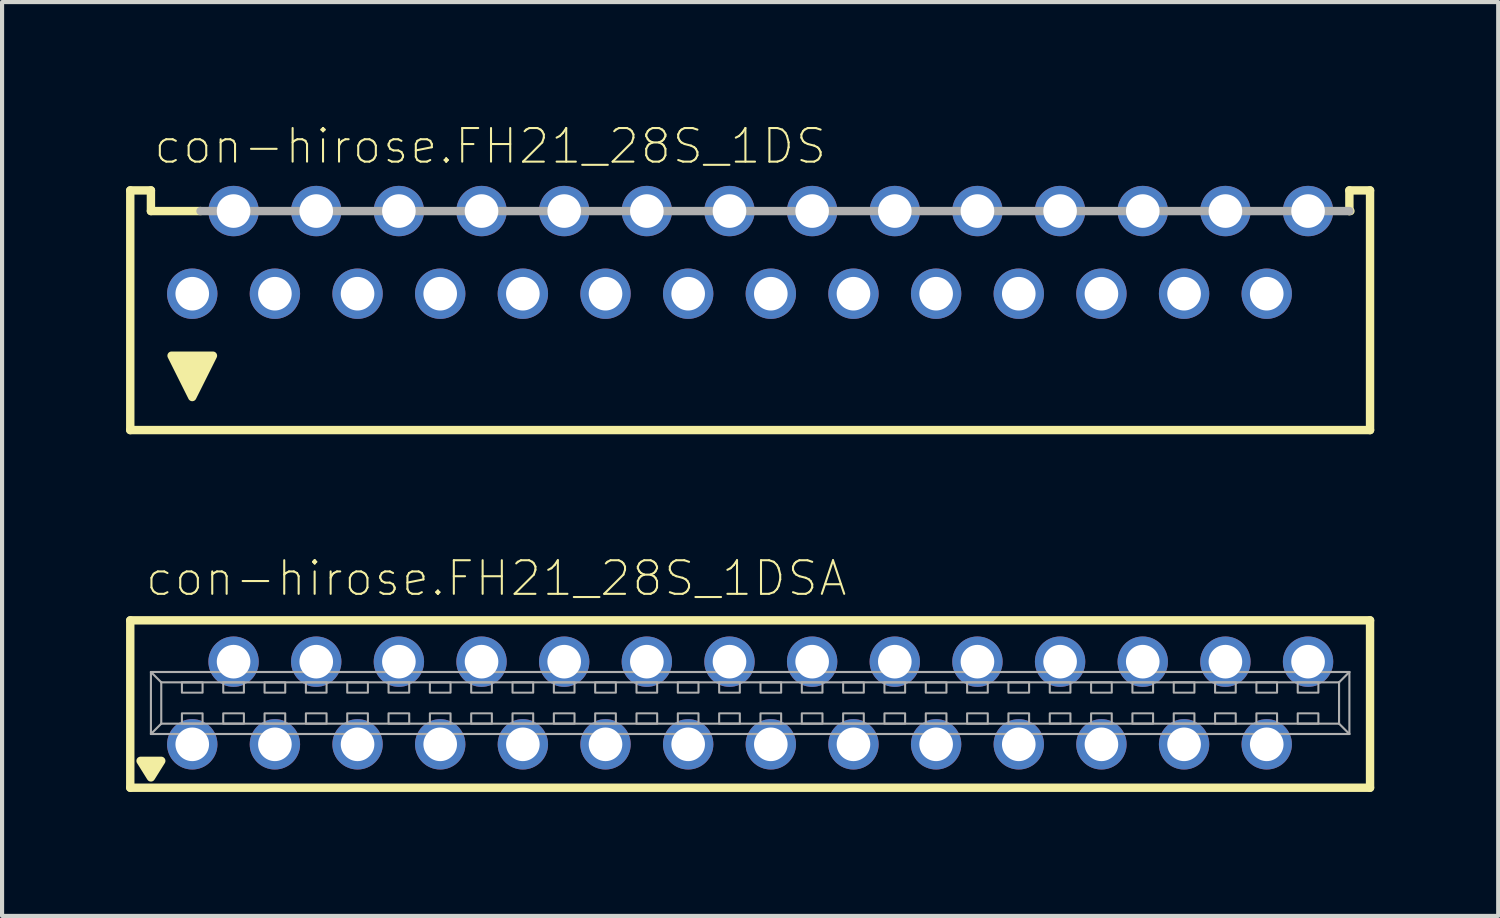
<source format=kicad_pcb>
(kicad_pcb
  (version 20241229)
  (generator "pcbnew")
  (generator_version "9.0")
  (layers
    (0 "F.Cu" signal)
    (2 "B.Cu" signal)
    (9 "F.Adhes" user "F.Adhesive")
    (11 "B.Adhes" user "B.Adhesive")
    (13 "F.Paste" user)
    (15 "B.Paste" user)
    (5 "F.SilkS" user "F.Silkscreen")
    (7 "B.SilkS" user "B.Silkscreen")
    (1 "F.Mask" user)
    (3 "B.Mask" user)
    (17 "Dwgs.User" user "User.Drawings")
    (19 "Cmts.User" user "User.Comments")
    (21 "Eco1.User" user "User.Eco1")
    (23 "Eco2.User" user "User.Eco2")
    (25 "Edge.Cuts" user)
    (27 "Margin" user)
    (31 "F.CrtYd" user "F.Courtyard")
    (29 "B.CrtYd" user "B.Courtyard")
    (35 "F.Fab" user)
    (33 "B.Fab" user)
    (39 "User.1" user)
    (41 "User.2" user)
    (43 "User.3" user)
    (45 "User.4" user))
  (footprint "con-hirose.FH21_28S_1DSA"
    (layer "F.Cu")
    (at 15.102 13.961)
    (property "Reference" "con-hirose.FH21_28S_1DSA" (at -14.675 -2.54 0) (layer "F.SilkS") (effects (font (size 0.813 0.813) (thickness 0.05)) (justify left bottom)))
    (attr through_hole)
    (fp_line (start -15 -2) (end -15 2.05) (stroke (width 0.203) (type default)) (layer "F.SilkS"))
    (fp_line (start -15 2.05) (end 15 2.05) (stroke (width 0.203) (type default)) (layer "F.SilkS"))
    (fp_line (start 15 -2) (end -15 -2) (stroke (width 0.203) (type default)) (layer "F.SilkS"))
    (fp_line (start 15 -2) (end 15 2.05) (stroke (width 0.203) (type default)) (layer "F.SilkS"))
    (fp_poly (pts (xy -14.5 1.8) (xy -14.75 1.4) (xy -14.25 1.4)) (stroke (width 0.203) (type default)) (fill yes) (layer "F.SilkS"))
    (fp_line (start -14.5 -0.75) (end 14.5 -0.75) (stroke (width 0.051) (type default)) (layer "F.Fab"))
    (fp_line (start -14.5 0.75) (end -14.5 -0.75) (stroke (width 0.051) (type default)) (layer "F.Fab"))
    (fp_line (start -14.25 -0.5) (end -14.5 -0.75) (stroke (width 0.051) (type default)) (layer "F.Fab"))
    (fp_line (start -14.25 -0.5) (end 14.25 -0.5) (stroke (width 0.051) (type default)) (layer "F.Fab"))
    (fp_line (start -14.25 0.5) (end -14.5 0.75) (stroke (width 0.051) (type default)) (layer "F.Fab"))
    (fp_line (start -14.25 0.5) (end -14.25 -0.5) (stroke (width 0.051) (type default)) (layer "F.Fab"))
    (fp_line (start 14.25 -0.5) (end 14.25 0.5) (stroke (width 0.051) (type default)) (layer "F.Fab"))
    (fp_line (start 14.25 -0.5) (end 14.5 -0.75) (stroke (width 0.051) (type default)) (layer "F.Fab"))
    (fp_line (start 14.25 0.5) (end -14.25 0.5) (stroke (width 0.051) (type default)) (layer "F.Fab"))
    (fp_line (start 14.25 0.5) (end 14.5 0.75) (stroke (width 0.051) (type default)) (layer "F.Fab"))
    (fp_line (start 14.5 -0.75) (end 14.5 0.75) (stroke (width 0.051) (type default)) (layer "F.Fab"))
    (fp_line (start 14.5 0.75) (end -14.5 0.75) (stroke (width 0.051) (type default)) (layer "F.Fab"))
    (fp_rect (start -13.75 -0.25) (end -13.25 -0.5) (stroke (width 0.05) (type default)) (fill no) (layer "F.Fab"))
    (fp_rect (start -13.75 0.5) (end -13.25 0.25) (stroke (width 0.05) (type default)) (fill no) (layer "F.Fab"))
    (fp_rect (start -12.75 -0.25) (end -12.25 -0.5) (stroke (width 0.05) (type default)) (fill no) (layer "F.Fab"))
    (fp_rect (start -12.75 0.5) (end -12.25 0.25) (stroke (width 0.05) (type default)) (fill no) (layer "F.Fab"))
    (fp_rect (start -11.75 -0.25) (end -11.25 -0.5) (stroke (width 0.05) (type default)) (fill no) (layer "F.Fab"))
    (fp_rect (start -11.75 0.5) (end -11.25 0.25) (stroke (width 0.05) (type default)) (fill no) (layer "F.Fab"))
    (fp_rect (start -10.75 -0.25) (end -10.25 -0.5) (stroke (width 0.05) (type default)) (fill no) (layer "F.Fab"))
    (fp_rect (start -10.75 0.5) (end -10.25 0.25) (stroke (width 0.05) (type default)) (fill no) (layer "F.Fab"))
    (fp_rect (start -9.75 -0.25) (end -9.25 -0.5) (stroke (width 0.05) (type default)) (fill no) (layer "F.Fab"))
    (fp_rect (start -9.75 0.5) (end -9.25 0.25) (stroke (width 0.05) (type default)) (fill no) (layer "F.Fab"))
    (fp_rect (start -8.75 -0.25) (end -8.25 -0.5) (stroke (width 0.05) (type default)) (fill no) (layer "F.Fab"))
    (fp_rect (start -8.75 0.5) (end -8.25 0.25) (stroke (width 0.05) (type default)) (fill no) (layer "F.Fab"))
    (fp_rect (start -7.75 -0.25) (end -7.25 -0.5) (stroke (width 0.05) (type default)) (fill no) (layer "F.Fab"))
    (fp_rect (start -7.75 0.5) (end -7.25 0.25) (stroke (width 0.05) (type default)) (fill no) (layer "F.Fab"))
    (fp_rect (start -6.75 -0.25) (end -6.25 -0.5) (stroke (width 0.05) (type default)) (fill no) (layer "F.Fab"))
    (fp_rect (start -6.75 0.5) (end -6.25 0.25) (stroke (width 0.05) (type default)) (fill no) (layer "F.Fab"))
    (fp_rect (start -5.75 -0.25) (end -5.25 -0.5) (stroke (width 0.05) (type default)) (fill no) (layer "F.Fab"))
    (fp_rect (start -5.75 0.5) (end -5.25 0.25) (stroke (width 0.05) (type default)) (fill no) (layer "F.Fab"))
    (fp_rect (start -4.75 -0.25) (end -4.25 -0.5) (stroke (width 0.05) (type default)) (fill no) (layer "F.Fab"))
    (fp_rect (start -4.75 0.5) (end -4.25 0.25) (stroke (width 0.05) (type default)) (fill no) (layer "F.Fab"))
    (fp_rect (start -3.75 -0.25) (end -3.25 -0.5) (stroke (width 0.05) (type default)) (fill no) (layer "F.Fab"))
    (fp_rect (start -3.75 0.5) (end -3.25 0.25) (stroke (width 0.05) (type default)) (fill no) (layer "F.Fab"))
    (fp_rect (start -2.75 -0.25) (end -2.25 -0.5) (stroke (width 0.05) (type default)) (fill no) (layer "F.Fab"))
    (fp_rect (start -2.75 0.5) (end -2.25 0.25) (stroke (width 0.05) (type default)) (fill no) (layer "F.Fab"))
    (fp_rect (start -1.75 -0.25) (end -1.25 -0.5) (stroke (width 0.05) (type default)) (fill no) (layer "F.Fab"))
    (fp_rect (start -1.75 0.5) (end -1.25 0.25) (stroke (width 0.05) (type default)) (fill no) (layer "F.Fab"))
    (fp_rect (start -0.75 -0.25) (end -0.25 -0.5) (stroke (width 0.05) (type default)) (fill no) (layer "F.Fab"))
    (fp_rect (start -0.75 0.5) (end -0.25 0.25) (stroke (width 0.05) (type default)) (fill no) (layer "F.Fab"))
    (fp_rect (start 0.25 -0.25) (end 0.75 -0.5) (stroke (width 0.05) (type default)) (fill no) (layer "F.Fab"))
    (fp_rect (start 0.25 0.5) (end 0.75 0.25) (stroke (width 0.05) (type default)) (fill no) (layer "F.Fab"))
    (fp_rect (start 1.25 -0.25) (end 1.75 -0.5) (stroke (width 0.05) (type default)) (fill no) (layer "F.Fab"))
    (fp_rect (start 1.25 0.5) (end 1.75 0.25) (stroke (width 0.05) (type default)) (fill no) (layer "F.Fab"))
    (fp_rect (start 2.25 -0.25) (end 2.75 -0.5) (stroke (width 0.05) (type default)) (fill no) (layer "F.Fab"))
    (fp_rect (start 2.25 0.5) (end 2.75 0.25) (stroke (width 0.05) (type default)) (fill no) (layer "F.Fab"))
    (fp_rect (start 3.25 -0.25) (end 3.75 -0.5) (stroke (width 0.05) (type default)) (fill no) (layer "F.Fab"))
    (fp_rect (start 3.25 0.5) (end 3.75 0.25) (stroke (width 0.05) (type default)) (fill no) (layer "F.Fab"))
    (fp_rect (start 4.25 -0.25) (end 4.75 -0.5) (stroke (width 0.05) (type default)) (fill no) (layer "F.Fab"))
    (fp_rect (start 4.25 0.5) (end 4.75 0.25) (stroke (width 0.05) (type default)) (fill no) (layer "F.Fab"))
    (fp_rect (start 5.25 -0.25) (end 5.75 -0.5) (stroke (width 0.05) (type default)) (fill no) (layer "F.Fab"))
    (fp_rect (start 5.25 0.5) (end 5.75 0.25) (stroke (width 0.05) (type default)) (fill no) (layer "F.Fab"))
    (fp_rect (start 6.25 -0.25) (end 6.75 -0.5) (stroke (width 0.05) (type default)) (fill no) (layer "F.Fab"))
    (fp_rect (start 6.25 0.5) (end 6.75 0.25) (stroke (width 0.05) (type default)) (fill no) (layer "F.Fab"))
    (fp_rect (start 7.25 -0.25) (end 7.75 -0.5) (stroke (width 0.05) (type default)) (fill no) (layer "F.Fab"))
    (fp_rect (start 7.25 0.5) (end 7.75 0.25) (stroke (width 0.05) (type default)) (fill no) (layer "F.Fab"))
    (fp_rect (start 8.25 -0.25) (end 8.75 -0.5) (stroke (width 0.05) (type default)) (fill no) (layer "F.Fab"))
    (fp_rect (start 8.25 0.5) (end 8.75 0.25) (stroke (width 0.05) (type default)) (fill no) (layer "F.Fab"))
    (fp_rect (start 9.25 -0.25) (end 9.75 -0.5) (stroke (width 0.05) (type default)) (fill no) (layer "F.Fab"))
    (fp_rect (start 9.25 0.5) (end 9.75 0.25) (stroke (width 0.05) (type default)) (fill no) (layer "F.Fab"))
    (fp_rect (start 10.25 -0.25) (end 10.75 -0.5) (stroke (width 0.05) (type default)) (fill no) (layer "F.Fab"))
    (fp_rect (start 10.25 0.5) (end 10.75 0.25) (stroke (width 0.05) (type default)) (fill no) (layer "F.Fab"))
    (fp_rect (start 11.25 -0.25) (end 11.75 -0.5) (stroke (width 0.05) (type default)) (fill no) (layer "F.Fab"))
    (fp_rect (start 11.25 0.5) (end 11.75 0.25) (stroke (width 0.05) (type default)) (fill no) (layer "F.Fab"))
    (fp_rect (start 12.25 -0.25) (end 12.75 -0.5) (stroke (width 0.05) (type default)) (fill no) (layer "F.Fab"))
    (fp_rect (start 12.25 0.5) (end 12.75 0.25) (stroke (width 0.05) (type default)) (fill no) (layer "F.Fab"))
    (fp_rect (start 13.25 -0.25) (end 13.75 -0.5) (stroke (width 0.05) (type default)) (fill no) (layer "F.Fab"))
    (fp_rect (start 13.25 0.5) (end 13.75 0.25) (stroke (width 0.05) (type default)) (fill no) (layer "F.Fab"))
    (pad "1" thru_hole circle (at -13.5 1) (size 1.219 1.219) (drill 0.813) (layers "*.Cu" "*.Mask"))
    (pad "2" thru_hole circle (at -12.5 -1) (size 1.219 1.219) (drill 0.813) (layers "*.Cu" "*.Mask"))
    (pad "3" thru_hole circle (at -11.5 1) (size 1.219 1.219) (drill 0.813) (layers "*.Cu" "*.Mask"))
    (pad "4" thru_hole circle (at -10.5 -1) (size 1.219 1.219) (drill 0.813) (layers "*.Cu" "*.Mask"))
    (pad "5" thru_hole circle (at -9.5 1) (size 1.219 1.219) (drill 0.813) (layers "*.Cu" "*.Mask"))
    (pad "6" thru_hole circle (at -8.5 -1) (size 1.219 1.219) (drill 0.813) (layers "*.Cu" "*.Mask"))
    (pad "7" thru_hole circle (at -7.5 1) (size 1.219 1.219) (drill 0.813) (layers "*.Cu" "*.Mask"))
    (pad "8" thru_hole circle (at -6.5 -1) (size 1.219 1.219) (drill 0.813) (layers "*.Cu" "*.Mask"))
    (pad "9" thru_hole circle (at -5.5 1) (size 1.219 1.219) (drill 0.813) (layers "*.Cu" "*.Mask"))
    (pad "10" thru_hole circle (at -4.5 -1) (size 1.219 1.219) (drill 0.813) (layers "*.Cu" "*.Mask"))
    (pad "11" thru_hole circle (at -3.5 1) (size 1.219 1.219) (drill 0.813) (layers "*.Cu" "*.Mask"))
    (pad "12" thru_hole circle (at -2.5 -1) (size 1.219 1.219) (drill 0.813) (layers "*.Cu" "*.Mask"))
    (pad "13" thru_hole circle (at -1.5 1) (size 1.219 1.219) (drill 0.813) (layers "*.Cu" "*.Mask"))
    (pad "14" thru_hole circle (at -0.5 -1) (size 1.219 1.219) (drill 0.813) (layers "*.Cu" "*.Mask"))
    (pad "15" thru_hole circle (at 0.5 1) (size 1.219 1.219) (drill 0.813) (layers "*.Cu" "*.Mask"))
    (pad "16" thru_hole circle (at 1.5 -1) (size 1.219 1.219) (drill 0.813) (layers "*.Cu" "*.Mask"))
    (pad "17" thru_hole circle (at 2.5 1) (size 1.219 1.219) (drill 0.813) (layers "*.Cu" "*.Mask"))
    (pad "18" thru_hole circle (at 3.5 -1) (size 1.219 1.219) (drill 0.813) (layers "*.Cu" "*.Mask"))
    (pad "19" thru_hole circle (at 4.5 1) (size 1.219 1.219) (drill 0.813) (layers "*.Cu" "*.Mask"))
    (pad "20" thru_hole circle (at 5.5 -1) (size 1.219 1.219) (drill 0.813) (layers "*.Cu" "*.Mask"))
    (pad "21" thru_hole circle (at 6.5 1) (size 1.219 1.219) (drill 0.813) (layers "*.Cu" "*.Mask"))
    (pad "22" thru_hole circle (at 7.5 -1) (size 1.219 1.219) (drill 0.813) (layers "*.Cu" "*.Mask"))
    (pad "23" thru_hole circle (at 8.5 1) (size 1.219 1.219) (drill 0.813) (layers "*.Cu" "*.Mask"))
    (pad "24" thru_hole circle (at 9.5 -1) (size 1.219 1.219) (drill 0.813) (layers "*.Cu" "*.Mask"))
    (pad "25" thru_hole circle (at 10.5 1) (size 1.219 1.219) (drill 0.813) (layers "*.Cu" "*.Mask"))
    (pad "26" thru_hole circle (at 11.5 -1) (size 1.219 1.219) (drill 0.813) (layers "*.Cu" "*.Mask"))
    (pad "27" thru_hole circle (at 12.5 1) (size 1.219 1.219) (drill 0.813) (layers "*.Cu" "*.Mask"))
    (pad "28" thru_hole circle (at 13.5 -1) (size 1.219 1.219) (drill 0.813) (layers "*.Cu" "*.Mask")))
  (footprint "con-hirose.FH21_28S_1DS"
    (layer "F.Cu")
    (at 15.102 4.057)
    (property "Reference" "con-hirose.FH21_28S_1DS" (at -14.472 -3.094 0) (layer "F.SilkS") (effects (font (size 0.813 0.813) (thickness 0.05)) (justify left bottom)))
    (attr through_hole)
    (fp_line (start -15 -2.5) (end -15 3.3) (stroke (width 0.203) (type default)) (layer "F.SilkS"))
    (fp_line (start -15 3.3) (end 15 3.3) (stroke (width 0.203) (type default)) (layer "F.SilkS"))
    (fp_line (start -14.5 -2.5) (end -15 -2.5) (stroke (width 0.203) (type default)) (layer "F.SilkS"))
    (fp_line (start -14.5 -2) (end -14.5 -2.5) (stroke (width 0.203) (type default)) (layer "F.SilkS"))
    (fp_line (start -14.5 -2) (end -13.3 -2) (stroke (width 0.203) (type default)) (layer "F.SilkS"))
    (fp_line (start 14.5 -2.5) (end 15 -2.5) (stroke (width 0.203) (type default)) (layer "F.SilkS"))
    (fp_line (start 14.5 -2) (end 14.5 -2.5) (stroke (width 0.203) (type default)) (layer "F.SilkS"))
    (fp_line (start 14.525 -2) (end 14.5 -2) (stroke (width 0.203) (type default)) (layer "F.SilkS"))
    (fp_line (start 15 -2.5) (end 15 3.3) (stroke (width 0.203) (type default)) (layer "F.SilkS"))
    (fp_poly (pts (xy -13.5 2.5) (xy -14 1.5) (xy -13 1.5)) (stroke (width 0.203) (type default)) (fill yes) (layer "F.SilkS"))
    (fp_line (start -13.3 -2) (end 14.5 -2) (stroke (width 0.203) (type default)) (layer "F.Fab"))
    (pad "1" thru_hole circle (at -13.5 0) (size 1.219 1.219) (drill 0.813) (layers "*.Cu" "*.Mask"))
    (pad "2" thru_hole circle (at -12.5 -2) (size 1.219 1.219) (drill 0.813) (layers "*.Cu" "*.Mask"))
    (pad "3" thru_hole circle (at -11.5 0) (size 1.219 1.219) (drill 0.813) (layers "*.Cu" "*.Mask"))
    (pad "4" thru_hole circle (at -10.5 -2) (size 1.219 1.219) (drill 0.813) (layers "*.Cu" "*.Mask"))
    (pad "5" thru_hole circle (at -9.5 0) (size 1.219 1.219) (drill 0.813) (layers "*.Cu" "*.Mask"))
    (pad "6" thru_hole circle (at -8.5 -2) (size 1.219 1.219) (drill 0.813) (layers "*.Cu" "*.Mask"))
    (pad "7" thru_hole circle (at -7.5 0) (size 1.219 1.219) (drill 0.813) (layers "*.Cu" "*.Mask"))
    (pad "8" thru_hole circle (at -6.5 -2) (size 1.219 1.219) (drill 0.813) (layers "*.Cu" "*.Mask"))
    (pad "9" thru_hole circle (at -5.5 0) (size 1.219 1.219) (drill 0.813) (layers "*.Cu" "*.Mask"))
    (pad "10" thru_hole circle (at -4.5 -2) (size 1.219 1.219) (drill 0.813) (layers "*.Cu" "*.Mask"))
    (pad "11" thru_hole circle (at -3.5 0) (size 1.219 1.219) (drill 0.813) (layers "*.Cu" "*.Mask"))
    (pad "12" thru_hole circle (at -2.5 -2) (size 1.219 1.219) (drill 0.813) (layers "*.Cu" "*.Mask"))
    (pad "13" thru_hole circle (at -1.5 0) (size 1.219 1.219) (drill 0.813) (layers "*.Cu" "*.Mask"))
    (pad "14" thru_hole circle (at -0.5 -2) (size 1.219 1.219) (drill 0.813) (layers "*.Cu" "*.Mask"))
    (pad "15" thru_hole circle (at 0.5 0) (size 1.219 1.219) (drill 0.813) (layers "*.Cu" "*.Mask"))
    (pad "16" thru_hole circle (at 1.5 -2) (size 1.219 1.219) (drill 0.813) (layers "*.Cu" "*.Mask"))
    (pad "17" thru_hole circle (at 2.5 0) (size 1.219 1.219) (drill 0.813) (layers "*.Cu" "*.Mask"))
    (pad "18" thru_hole circle (at 3.5 -2) (size 1.219 1.219) (drill 0.813) (layers "*.Cu" "*.Mask"))
    (pad "19" thru_hole circle (at 4.5 0) (size 1.219 1.219) (drill 0.813) (layers "*.Cu" "*.Mask"))
    (pad "20" thru_hole circle (at 5.5 -2) (size 1.219 1.219) (drill 0.813) (layers "*.Cu" "*.Mask"))
    (pad "21" thru_hole circle (at 6.5 0) (size 1.219 1.219) (drill 0.813) (layers "*.Cu" "*.Mask"))
    (pad "22" thru_hole circle (at 7.5 -2) (size 1.219 1.219) (drill 0.813) (layers "*.Cu" "*.Mask"))
    (pad "23" thru_hole circle (at 8.5 0) (size 1.219 1.219) (drill 0.813) (layers "*.Cu" "*.Mask"))
    (pad "24" thru_hole circle (at 9.5 -2) (size 1.219 1.219) (drill 0.813) (layers "*.Cu" "*.Mask"))
    (pad "25" thru_hole circle (at 10.5 0) (size 1.219 1.219) (drill 0.813) (layers "*.Cu" "*.Mask"))
    (pad "26" thru_hole circle (at 11.5 -2) (size 1.219 1.219) (drill 0.813) (layers "*.Cu" "*.Mask"))
    (pad "27" thru_hole circle (at 12.5 0) (size 1.219 1.219) (drill 0.813) (layers "*.Cu" "*.Mask"))
    (pad "28" thru_hole circle (at 13.5 -2) (size 1.219 1.219) (drill 0.813) (layers "*.Cu" "*.Mask")))
  (gr_rect
    (start -3 -3)
    (end 33.203 19.113)
    (stroke (width 0.1) (type default))
    (fill no)
    (layer "Edge.Cuts")))
</source>
